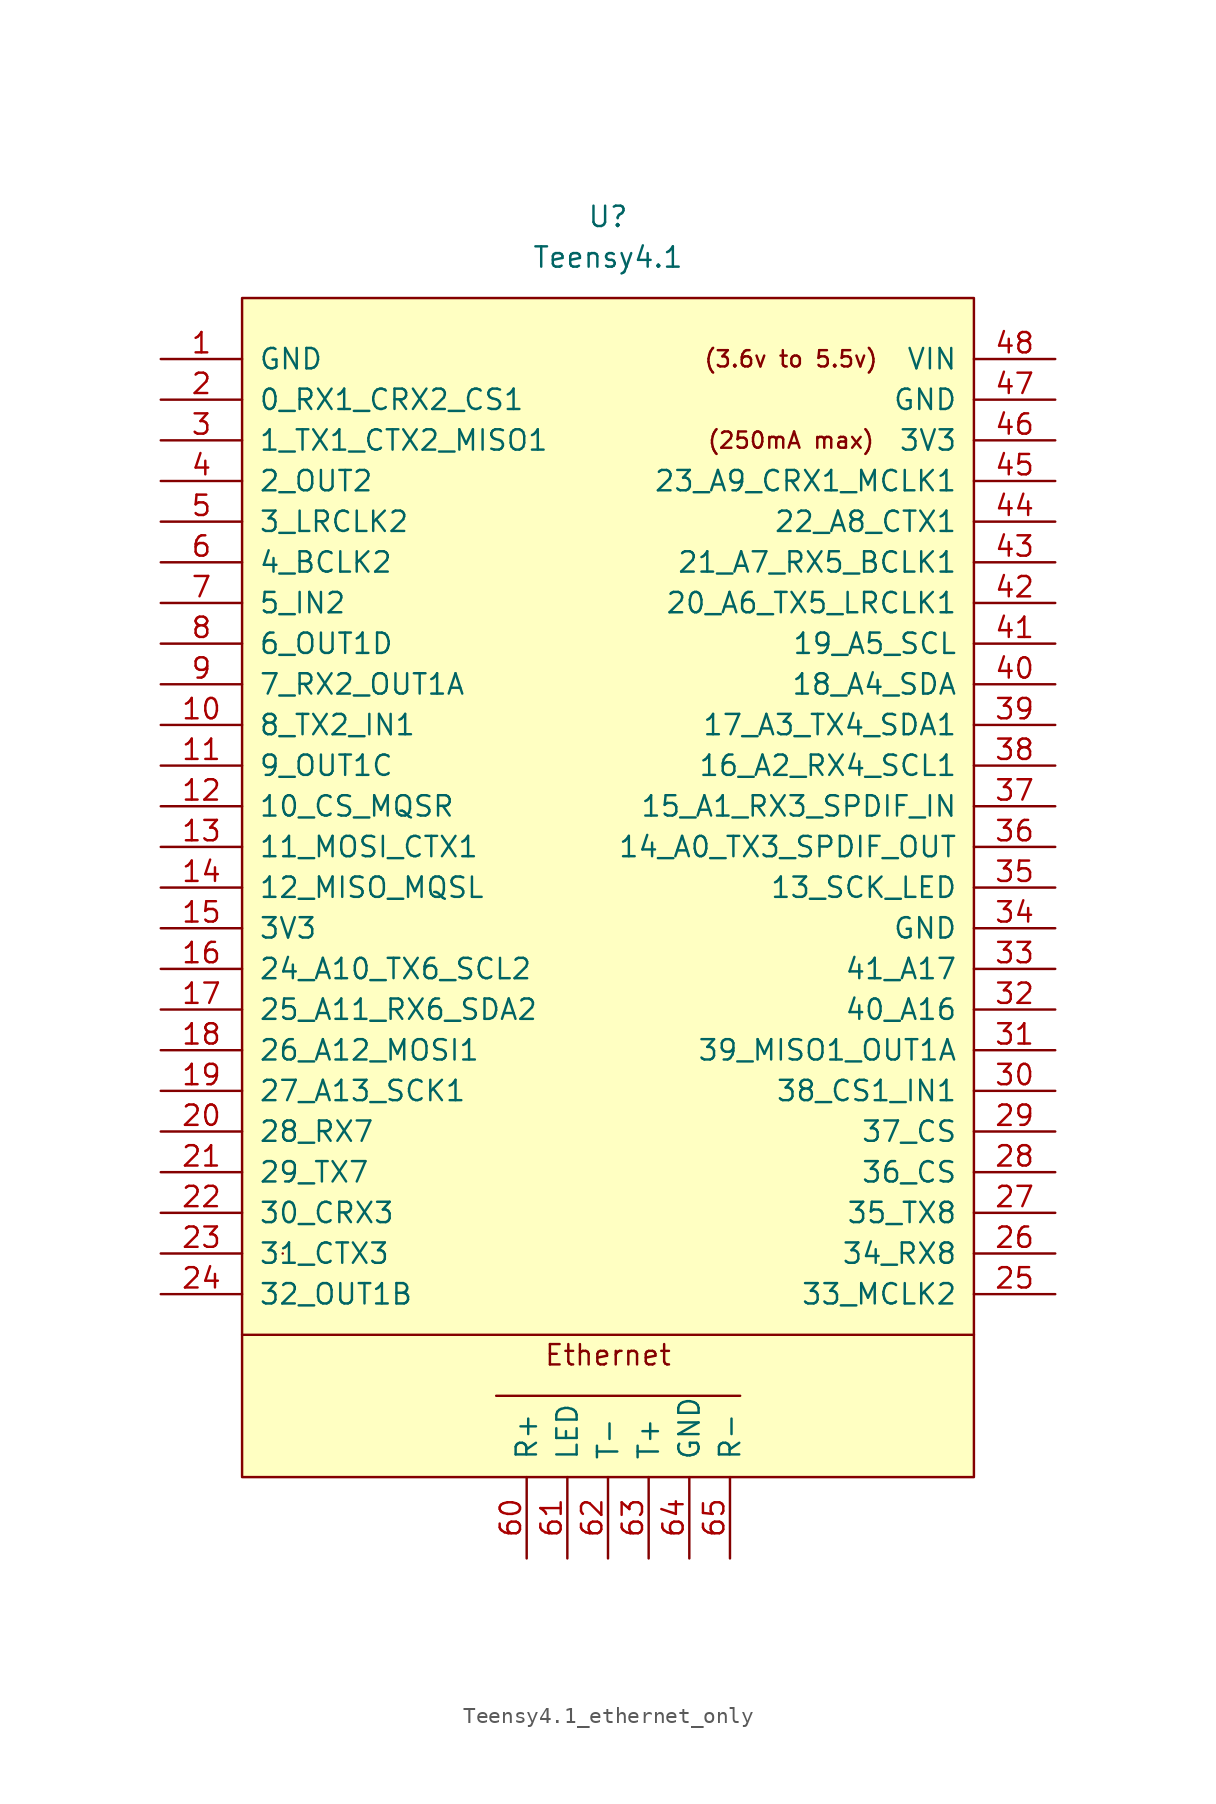
<source format=kicad_sym>
(kicad_symbol_lib
  (version 20220914)
  (generator kicad_symbol_editor)
  (symbol "Teensy4.1_ethernet_only"
    (pin_names
      (offset 1.016))
    (property "Reference" "U"
      (at 0 41.91 0)
      (effects (font (size 1.27 1.27))))
    (property "Value" "Teensy4.1"
      (at 0 39.37 0)
      (effects (font (size 1.27 1.27))))
    (symbol "Teensy4.1_ethernet_only_0_0"
      (polyline (pts (xy -22.86 -27.94) (xy 22.86 -27.94)) (stroke (width 0) (type solid)) (fill (type none)))
      (polyline (pts (xy 8.255 -31.75) (xy -6.985 -31.75)) (stroke (width 0) (type solid)) (fill (type none)))
      (text "(250mA max)" (at 11.43 27.94 0) (effects (font (size 1.016 1.016))))
      (text "(3.6v to 5.5v)" (at 11.43 33.02 0) (effects (font (size 1.016 1.016))))
      (text "Ethernet" (at 0 -29.21 0) (effects (font (size 1.27 1.27))))
      (pin bidirectional line (at -27.94 10.16 0) (length 5.08) (name "8_TX2_IN1" (effects (font (size 1.27 1.27)))) (number "10" (effects (font (size 1.27 1.27)))))
      (pin bidirectional line (at -27.94 7.62 0) (length 5.08) (name "9_OUT1C" (effects (font (size 1.27 1.27)))) (number "11" (effects (font (size 1.27 1.27)))))
      (pin bidirectional line (at -27.94 5.08 0) (length 5.08) (name "10_CS_MQSR" (effects (font (size 1.27 1.27)))) (number "12" (effects (font (size 1.27 1.27)))))
      (pin bidirectional line (at -27.94 2.54 0) (length 5.08) (name "11_MOSI_CTX1" (effects (font (size 1.27 1.27)))) (number "13" (effects (font (size 1.27 1.27)))))
      (pin bidirectional line (at -27.94 0 0) (length 5.08) (name "12_MISO_MQSL" (effects (font (size 1.27 1.27)))) (number "14" (effects (font (size 1.27 1.27)))))
      (pin power_in line (at -27.94 -2.54 0) (length 5.08) (name "3V3" (effects (font (size 1.27 1.27)))) (number "15" (effects (font (size 1.27 1.27)))))
      (pin bidirectional line (at -27.94 -5.08 0) (length 5.08) (name "24_A10_TX6_SCL2" (effects (font (size 1.27 1.27)))) (number "16" (effects (font (size 1.27 1.27)))))
      (pin bidirectional line (at -27.94 -7.62 0) (length 5.08) (name "25_A11_RX6_SDA2" (effects (font (size 1.27 1.27)))) (number "17" (effects (font (size 1.27 1.27)))))
      (pin bidirectional line (at -27.94 -10.16 0) (length 5.08) (name "26_A12_MOSI1" (effects (font (size 1.27 1.27)))) (number "18" (effects (font (size 1.27 1.27)))))
      (pin bidirectional line (at -27.94 -12.7 0) (length 5.08) (name "27_A13_SCK1" (effects (font (size 1.27 1.27)))) (number "19" (effects (font (size 1.27 1.27)))))
      (pin bidirectional line (at -27.94 -15.24 0) (length 5.08) (name "28_RX7" (effects (font (size 1.27 1.27)))) (number "20" (effects (font (size 1.27 1.27)))))
      (pin bidirectional line (at -27.94 -17.78 0) (length 5.08) (name "29_TX7" (effects (font (size 1.27 1.27)))) (number "21" (effects (font (size 1.27 1.27)))))
      (pin bidirectional line (at -27.94 -20.32 0) (length 5.08) (name "30_CRX3" (effects (font (size 1.27 1.27)))) (number "22" (effects (font (size 1.27 1.27)))))
      (pin bidirectional line (at -27.94 -22.86 0) (length 5.08) (name "31_CTX3" (effects (font (size 1.27 1.27)))) (number "23" (effects (font (size 1.27 1.27)))))
      (pin bidirectional line (at -27.94 -25.4 0) (length 5.08) (name "32_OUT1B" (effects (font (size 1.27 1.27)))) (number "24" (effects (font (size 1.27 1.27)))))
      (pin bidirectional line (at 27.94 -25.4 180) (length 5.08) (name "33_MCLK2" (effects (font (size 1.27 1.27)))) (number "25" (effects (font (size 1.27 1.27)))))
      (pin bidirectional line (at 27.94 -22.86 180) (length 5.08) (name "34_RX8" (effects (font (size 1.27 1.27)))) (number "26" (effects (font (size 1.27 1.27)))))
      (pin bidirectional line (at 27.94 -20.32 180) (length 5.08) (name "35_TX8" (effects (font (size 1.27 1.27)))) (number "27" (effects (font (size 1.27 1.27)))))
      (pin bidirectional line (at 27.94 -17.78 180) (length 5.08) (name "36_CS" (effects (font (size 1.27 1.27)))) (number "28" (effects (font (size 1.27 1.27)))))
      (pin bidirectional line (at 27.94 -15.24 180) (length 5.08) (name "37_CS" (effects (font (size 1.27 1.27)))) (number "29" (effects (font (size 1.27 1.27)))))
      (pin bidirectional line (at 27.94 -12.7 180) (length 5.08) (name "38_CS1_IN1" (effects (font (size 1.27 1.27)))) (number "30" (effects (font (size 1.27 1.27)))))
      (pin bidirectional line (at 27.94 -10.16 180) (length 5.08) (name "39_MISO1_OUT1A" (effects (font (size 1.27 1.27)))) (number "31" (effects (font (size 1.27 1.27)))))
      (pin bidirectional line (at 27.94 -7.62 180) (length 5.08) (name "40_A16" (effects (font (size 1.27 1.27)))) (number "32" (effects (font (size 1.27 1.27)))))
      (pin bidirectional line (at 27.94 -5.08 180) (length 5.08) (name "41_A17" (effects (font (size 1.27 1.27)))) (number "33" (effects (font (size 1.27 1.27)))))
      (pin bidirectional line (at 27.94 0 180) (length 5.08) (name "13_SCK_LED" (effects (font (size 1.27 1.27)))) (number "35" (effects (font (size 1.27 1.27)))))
      (pin bidirectional line (at 27.94 2.54 180) (length 5.08) (name "14_A0_TX3_SPDIF_OUT" (effects (font (size 1.27 1.27)))) (number "36" (effects (font (size 1.27 1.27)))))
      (pin bidirectional line (at 27.94 5.08 180) (length 5.08) (name "15_A1_RX3_SPDIF_IN" (effects (font (size 1.27 1.27)))) (number "37" (effects (font (size 1.27 1.27)))))
      (pin bidirectional line (at 27.94 7.62 180) (length 5.08) (name "16_A2_RX4_SCL1" (effects (font (size 1.27 1.27)))) (number "38" (effects (font (size 1.27 1.27)))))
      (pin bidirectional line (at 27.94 10.16 180) (length 5.08) (name "17_A3_TX4_SDA1" (effects (font (size 1.27 1.27)))) (number "39" (effects (font (size 1.27 1.27)))))
      (pin bidirectional line (at 27.94 12.7 180) (length 5.08) (name "18_A4_SDA" (effects (font (size 1.27 1.27)))) (number "40" (effects (font (size 1.27 1.27)))))
      (pin bidirectional line (at 27.94 15.24 180) (length 5.08) (name "19_A5_SCL" (effects (font (size 1.27 1.27)))) (number "41" (effects (font (size 1.27 1.27)))))
      (pin bidirectional line (at 27.94 17.78 180) (length 5.08) (name "20_A6_TX5_LRCLK1" (effects (font (size 1.27 1.27)))) (number "42" (effects (font (size 1.27 1.27)))))
      (pin bidirectional line (at 27.94 20.32 180) (length 5.08) (name "21_A7_RX5_BCLK1" (effects (font (size 1.27 1.27)))) (number "43" (effects (font (size 1.27 1.27)))))
      (pin bidirectional line (at 27.94 22.86 180) (length 5.08) (name "22_A8_CTX1" (effects (font (size 1.27 1.27)))) (number "44" (effects (font (size 1.27 1.27)))))
      (pin bidirectional line (at 27.94 25.4 180) (length 5.08) (name "23_A9_CRX1_MCLK1" (effects (font (size 1.27 1.27)))) (number "45" (effects (font (size 1.27 1.27)))))
      (pin output line (at 27.94 27.94 180) (length 5.08) (name "3V3" (effects (font (size 1.27 1.27)))) (number "46" (effects (font (size 1.27 1.27)))))
      (pin output line (at 27.94 30.48 180) (length 5.08) (name "GND" (effects (font (size 1.27 1.27)))) (number "47" (effects (font (size 1.27 1.27)))))
      (pin power_in line (at 27.94 33.02 180) (length 5.08) (name "VIN" (effects (font (size 1.27 1.27)))) (number "48" (effects (font (size 1.27 1.27)))))
      (pin bidirectional line (at -27.94 22.86 0) (length 5.08) (name "3_LRCLK2" (effects (font (size 1.27 1.27)))) (number "5" (effects (font (size 1.27 1.27)))))
      (pin bidirectional line (at -27.94 20.32 0) (length 5.08) (name "4_BCLK2" (effects (font (size 1.27 1.27)))) (number "6" (effects (font (size 1.27 1.27)))))
      (pin bidirectional line (at -5.08 -41.91 90) (length 5.08) (name "R+" (effects (font (size 1.27 1.27)))) (number "60" (effects (font (size 1.27 1.27)))))
      (pin bidirectional line (at -2.54 -41.91 90) (length 5.08) (name "LED" (effects (font (size 1.27 1.27)))) (number "61" (effects (font (size 1.27 1.27)))))
      (pin bidirectional line (at 0 -41.91 90) (length 5.08) (name "T-" (effects (font (size 1.27 1.27)))) (number "62" (effects (font (size 1.27 1.27)))))
      (pin bidirectional line (at 2.54 -41.91 90) (length 5.08) (name "T+" (effects (font (size 1.27 1.27)))) (number "63" (effects (font (size 1.27 1.27)))))
      (pin power_in line (at 5.08 -41.91 90) (length 5.08) (name "GND" (effects (font (size 1.27 1.27)))) (number "64" (effects (font (size 1.27 1.27)))))
      (pin bidirectional line (at 7.62 -41.91 90) (length 5.08) (name "R-" (effects (font (size 1.27 1.27)))) (number "65" (effects (font (size 1.27 1.27)))))
      (pin bidirectional line (at -27.94 17.78 0) (length 5.08) (name "5_IN2" (effects (font (size 1.27 1.27)))) (number "7" (effects (font (size 1.27 1.27)))))
      (pin bidirectional line (at -27.94 15.24 0) (length 5.08) (name "6_OUT1D" (effects (font (size 1.27 1.27)))) (number "8" (effects (font (size 1.27 1.27)))))
      (pin bidirectional line (at -27.94 12.7 0) (length 5.08) (name "7_RX2_OUT1A" (effects (font (size 1.27 1.27)))) (number "9" (effects (font (size 1.27 1.27))))))
    (symbol "Teensy4.1_ethernet_only_0_1"
      (rectangle (start -20.32 -22.86) (end -20.32 -22.86) (stroke (width 0) (type solid)) (fill (type none))))
    (symbol "Teensy4.1_ethernet_only_1_1"
      (rectangle (start -22.86 36.83) (end 22.86 -36.83) (stroke (width 0) (type solid)) (fill (type background)))
      (pin power_in line (at -27.94 33.02 0) (length 5.08) (name "GND" (effects (font (size 1.27 1.27)))) (number "1" (effects (font (size 1.27 1.27)))))
      (pin bidirectional line (at -27.94 30.48 0) (length 5.08) (name "0_RX1_CRX2_CS1" (effects (font (size 1.27 1.27)))) (number "2" (effects (font (size 1.27 1.27)))))
      (pin bidirectional line (at -27.94 27.94 0) (length 5.08) (name "1_TX1_CTX2_MISO1" (effects (font (size 1.27 1.27)))) (number "3" (effects (font (size 1.27 1.27)))))
      (pin power_in line (at 27.94 -2.54 180) (length 5.08) (name "GND" (effects (font (size 1.27 1.27)))) (number "34" (effects (font (size 1.27 1.27)))))
      (pin bidirectional line (at -27.94 25.4 0) (length 5.08) (name "2_OUT2" (effects (font (size 1.27 1.27)))) (number "4" (effects (font (size 1.27 1.27))))))))
</source>
